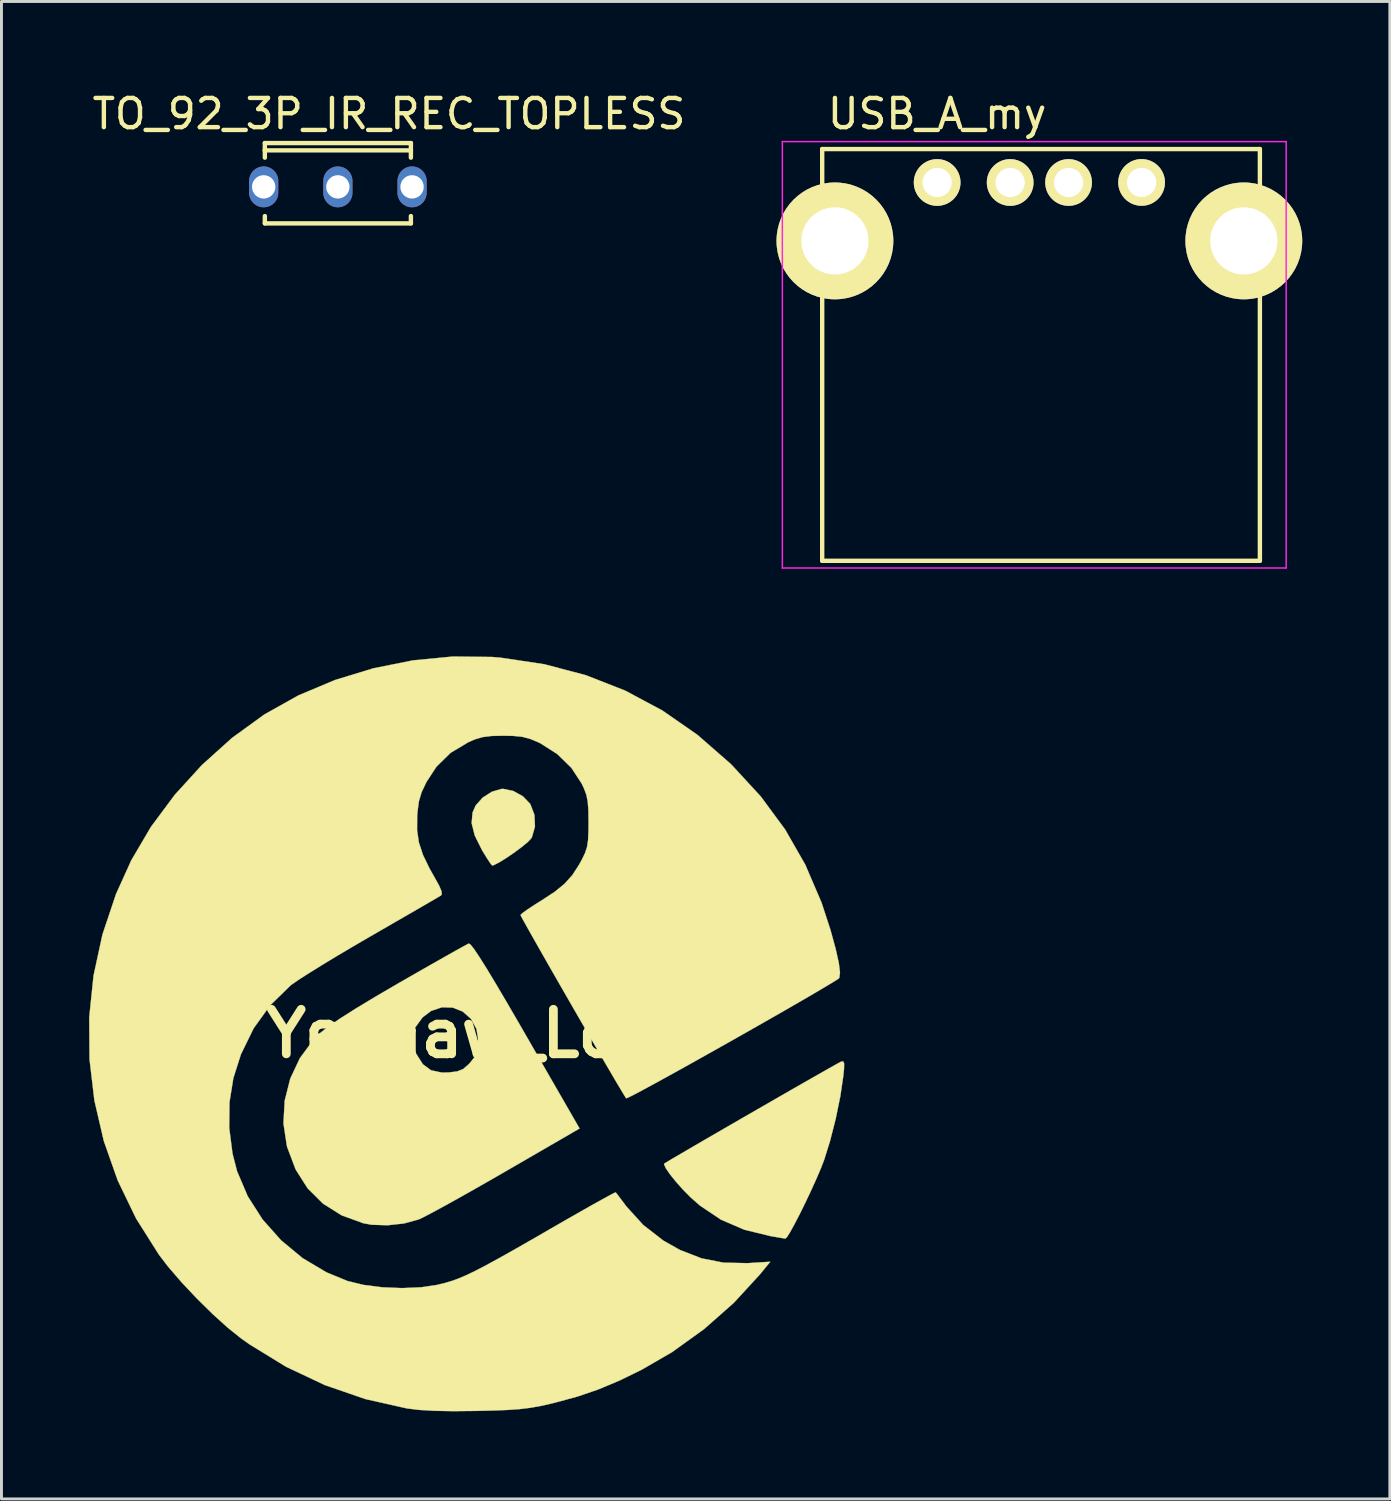
<source format=kicad_pcb>
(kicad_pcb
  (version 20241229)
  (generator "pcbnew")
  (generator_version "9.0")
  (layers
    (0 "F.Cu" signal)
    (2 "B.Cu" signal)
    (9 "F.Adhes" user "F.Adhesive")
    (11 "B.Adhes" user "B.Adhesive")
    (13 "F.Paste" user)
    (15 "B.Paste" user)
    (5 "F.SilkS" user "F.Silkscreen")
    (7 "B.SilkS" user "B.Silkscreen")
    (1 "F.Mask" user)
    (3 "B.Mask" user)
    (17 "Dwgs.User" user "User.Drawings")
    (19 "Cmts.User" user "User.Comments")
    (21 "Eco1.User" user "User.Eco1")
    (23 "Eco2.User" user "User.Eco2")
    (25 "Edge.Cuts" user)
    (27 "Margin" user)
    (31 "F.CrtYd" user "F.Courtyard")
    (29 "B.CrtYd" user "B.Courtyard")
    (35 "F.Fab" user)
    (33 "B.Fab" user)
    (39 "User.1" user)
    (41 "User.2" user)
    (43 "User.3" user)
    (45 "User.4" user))
  (footprint "Yeehaw_Logo"
    (layer "F.Cu")
    (at 13.502 32.341)
    (property "Reference" "Yeehaw_Logo" (at 0 0 0) (layer "F.SilkS") (effects (font (size 1.524 1.524) (thickness 0.3))))
    (attr through_hole)
    (fp_poly (pts (xy 1.019 -8.311) (xy 1.353 -8.126) (xy 1.599 -7.869) (xy 1.606 -7.858) (xy 1.746 -7.492) (xy 1.764 -7.093) (xy 1.661 -6.731) (xy 1.638 -6.69) (xy 1.525 -6.568) (xy 1.315 -6.394) (xy 1.051 -6.198) (xy 0.773 -6.009) (xy 0.524 -5.856) (xy 0.346 -5.768) (xy 0.299 -5.757) (xy 0.242 -5.825) (xy 0.124 -6.002) (xy -0.03 -6.253) (xy -0.05 -6.287) (xy -0.297 -6.783) (xy -0.404 -7.206) (xy -0.373 -7.572) (xy -0.263 -7.817) (xy -0.026 -8.083) (xy 0.289 -8.284) (xy 0.614 -8.379) (xy 0.672 -8.382) (xy 1.019 -8.311)) (stroke (width 0.01) (type solid)) (fill yes) (layer "F.SilkS"))
    (fp_poly (pts (xy 12.349 1.018) (xy 12.346 1.195) (xy 12.321 1.448) (xy 12.219 2.142) (xy 12.062 2.909) (xy 11.869 3.668) (xy 11.668 4.313) (xy 11.555 4.607) (xy 11.4 4.968) (xy 11.218 5.37) (xy 11.023 5.782) (xy 10.828 6.178) (xy 10.647 6.527) (xy 10.495 6.802) (xy 10.386 6.974) (xy 10.338 7.017) (xy 10.232 6.999) (xy 10.015 6.962) (xy 9.841 6.933) (xy 8.934 6.713) (xy 8.131 6.367) (xy 7.414 5.886) (xy 7.098 5.609) (xy 6.835 5.343) (xy 6.589 5.067) (xy 6.382 4.809) (xy 6.24 4.601) (xy 6.184 4.472) (xy 6.19 4.45) (xy 6.272 4.398) (xy 6.482 4.272) (xy 6.802 4.085) (xy 7.211 3.846) (xy 7.692 3.567) (xy 8.224 3.258) (xy 8.79 2.931) (xy 9.37 2.597) (xy 9.944 2.266) (xy 10.495 1.949) (xy 11.003 1.658) (xy 11.45 1.404) (xy 11.815 1.196) (xy 12.08 1.047) (xy 12.227 0.967) (xy 12.248 0.957) (xy 12.318 0.949) (xy 12.349 1.018)) (stroke (width 0.01) (type solid)) (fill yes) (layer "F.SilkS"))
    (fp_poly (pts (xy -0.438 -3.045) (xy -0.318 -2.893) (xy -0.137 -2.623) (xy 0.11 -2.23) (xy 0.425 -1.708) (xy 0.812 -1.051) (xy 1.276 -0.253) (xy 1.455 0.058) (xy 3.291 3.246) (xy 0.736 4.726) (xy 0.12 5.08) (xy -0.466 5.413) (xy -1.001 5.714) (xy -1.466 5.97) (xy -1.84 6.172) (xy -2.103 6.307) (xy -2.215 6.359) (xy -2.717 6.497) (xy -3.28 6.559) (xy -3.827 6.542) (xy -4.11 6.491) (xy -4.853 6.221) (xy -5.492 5.82) (xy -6.02 5.294) (xy -6.43 4.65) (xy -6.716 3.893) (xy -6.732 3.836) (xy -6.847 3.069) (xy -6.805 2.295) (xy -6.615 1.541) (xy -6.285 0.838) (xy -5.823 0.212) (xy -5.779 0.168) (xy -2.428 0.168) (xy -2.351 0.572) (xy -2.298 0.696) (xy -2.072 1.049) (xy -1.793 1.254) (xy -1.426 1.332) (xy -1.193 1.328) (xy -0.9 1.292) (xy -0.699 1.213) (xy -0.513 1.054) (xy -0.452 0.988) (xy -0.271 0.76) (xy -0.188 0.545) (xy -0.169 0.268) (xy -0.239 -0.164) (xy -0.429 -0.51) (xy -0.709 -0.757) (xy -1.049 -0.893) (xy -1.42 -0.904) (xy -1.792 -0.779) (xy -2.083 -0.559) (xy -2.339 -0.208) (xy -2.428 0.168) (xy -5.779 0.168) (xy -5.587 -0.025) (xy -5.325 -0.233) (xy -4.918 -0.513) (xy -4.371 -0.86) (xy -3.691 -1.271) (xy -2.884 -1.742) (xy -2.862 -1.754) (xy -2.299 -2.077) (xy -1.779 -2.374) (xy -1.323 -2.632) (xy -0.949 -2.843) (xy -0.676 -2.994) (xy -0.523 -3.076) (xy -0.5 -3.087) (xy -0.438 -3.045)) (stroke (width 0.01) (type solid)) (fill yes) (layer "F.SilkS"))
    (fp_poly (pts (xy 0.292 -12.898) (xy 0.589 -12.873) (xy 2.084 -12.649) (xy 3.505 -12.274) (xy 4.852 -11.746) (xy 6.125 -11.066) (xy 7.326 -10.232) (xy 8.455 -9.246) (xy 8.515 -9.186) (xy 9.5 -8.116) (xy 10.331 -6.988) (xy 11.019 -5.786) (xy 11.575 -4.49) (xy 11.884 -3.545) (xy 12.059 -2.905) (xy 12.167 -2.421) (xy 12.208 -2.089) (xy 12.183 -1.91) (xy 12.16 -1.883) (xy 11.908 -1.727) (xy 11.549 -1.513) (xy 11.101 -1.25) (xy 10.581 -0.949) (xy 10.005 -0.618) (xy 9.391 -0.268) (xy 8.755 0.093) (xy 8.115 0.454) (xy 7.488 0.806) (xy 6.891 1.14) (xy 6.341 1.445) (xy 5.854 1.712) (xy 5.449 1.932) (xy 5.141 2.095) (xy 4.949 2.191) (xy 4.888 2.213) (xy 4.83 2.125) (xy 4.7 1.909) (xy 4.507 1.585) (xy 4.265 1.171) (xy 3.981 0.686) (xy 3.669 0.148) (xy 3.337 -0.425) (xy 2.998 -1.013) (xy 2.661 -1.599) (xy 2.337 -2.163) (xy 2.038 -2.688) (xy 1.773 -3.154) (xy 1.553 -3.543) (xy 1.389 -3.837) (xy 1.292 -4.016) (xy 1.27 -4.065) (xy 1.338 -4.131) (xy 1.52 -4.261) (xy 1.785 -4.435) (xy 1.98 -4.556) (xy 2.437 -4.855) (xy 2.778 -5.133) (xy 3.045 -5.431) (xy 3.278 -5.792) (xy 3.37 -5.96) (xy 3.478 -6.182) (xy 3.545 -6.386) (xy 3.582 -6.623) (xy 3.596 -6.945) (xy 3.598 -7.239) (xy 3.593 -7.65) (xy 3.571 -7.945) (xy 3.524 -8.177) (xy 3.441 -8.4) (xy 3.364 -8.563) (xy 3.013 -9.099) (xy 2.533 -9.569) (xy 1.959 -9.937) (xy 1.877 -9.977) (xy 1.592 -10.096) (xy 1.325 -10.165) (xy 1.011 -10.196) (xy 0.677 -10.202) (xy 0.275 -10.193) (xy -0.026 -10.155) (xy -0.291 -10.077) (xy -0.518 -9.979) (xy -1.125 -9.615) (xy -1.609 -9.14) (xy -1.95 -8.619) (xy -2.115 -8.273) (xy -2.21 -7.957) (xy -2.259 -7.586) (xy -2.269 -7.442) (xy -2.272 -6.969) (xy -2.21 -6.546) (xy -2.071 -6.121) (xy -1.839 -5.644) (xy -1.69 -5.381) (xy -1.517 -5.069) (xy -1.433 -4.87) (xy -1.43 -4.759) (xy -1.458 -4.729) (xy -1.556 -4.671) (xy -1.782 -4.539) (xy -2.117 -4.345) (xy -2.543 -4.098) (xy -3.042 -3.811) (xy -3.593 -3.492) (xy -3.866 -3.335) (xy -4.457 -2.991) (xy -5.021 -2.657) (xy -5.536 -2.345) (xy -5.978 -2.07) (xy -6.326 -1.847) (xy -6.557 -1.687) (xy -6.606 -1.65) (xy -7.301 -0.971) (xy -7.868 -0.184) (xy -8.303 0.707) (xy -8.562 1.519) (xy -8.695 2.346) (xy -8.704 3.227) (xy -8.591 4.106) (xy -8.435 4.71) (xy -8.07 5.567) (xy -7.562 6.362) (xy -6.929 7.074) (xy -6.192 7.685) (xy -5.369 8.174) (xy -4.657 8.467) (xy -4.113 8.6) (xy -3.47 8.683) (xy -2.789 8.711) (xy -2.134 8.683) (xy -1.596 8.603) (xy -1.349 8.544) (xy -1.111 8.475) (xy -0.865 8.387) (xy -0.593 8.272) (xy -0.277 8.12) (xy 0.102 7.923) (xy 0.561 7.672) (xy 1.118 7.358) (xy 1.792 6.972) (xy 2.272 6.694) (xy 2.828 6.374) (xy 3.335 6.085) (xy 3.775 5.836) (xy 4.13 5.639) (xy 4.382 5.502) (xy 4.514 5.437) (xy 4.528 5.433) (xy 4.589 5.51) (xy 4.722 5.685) (xy 4.898 5.919) (xy 5.47 6.549) (xy 6.162 7.086) (xy 6.731 7.406) (xy 7.466 7.692) (xy 8.215 7.839) (xy 9.029 7.857) (xy 9.105 7.853) (xy 9.821 7.808) (xy 9.465 8.243) (xy 8.574 9.213) (xy 7.559 10.11) (xy 6.459 10.902) (xy 5.423 11.502) (xy 4.647 11.881) (xy 3.935 12.179) (xy 3.222 12.423) (xy 2.438 12.636) (xy 2.286 12.673) (xy 1.931 12.752) (xy 1.598 12.81) (xy 1.248 12.853) (xy 0.843 12.882) (xy 0.343 12.902) (xy -0.254 12.916) (xy -1.043 12.924) (xy -1.686 12.912) (xy -2.207 12.881) (xy -2.625 12.829) (xy -4.042 12.51) (xy -5.428 12.032) (xy -6.76 11.403) (xy -8.015 10.633) (xy -8.297 10.433) (xy -8.76 10.062) (xy -9.279 9.592) (xy -9.817 9.062) (xy -10.334 8.513) (xy -10.791 7.983) (xy -11.108 7.57) (xy -11.892 6.329) (xy -12.522 5.025) (xy -12.999 3.672) (xy -13.321 2.282) (xy -13.488 0.868) (xy -13.497 -0.558) (xy -13.35 -1.984) (xy -13.044 -3.396) (xy -12.579 -4.783) (xy -12.056 -5.938) (xy -11.384 -7.081) (xy -10.568 -8.179) (xy -9.634 -9.203) (xy -8.607 -10.127) (xy -7.511 -10.922) (xy -7.485 -10.939) (xy -6.333 -11.583) (xy -5.082 -12.109) (xy -3.764 -12.511) (xy -2.409 -12.782) (xy -1.046 -12.913) (xy 0.292 -12.898)) (stroke (width 0.01) (type solid)) (fill yes) (layer "F.SilkS")))
  (footprint "USB_A_my"
    (layer "F.Cu")
    (at 29.036 3.198)
    (property "Reference" "USB_A_my" (at 0 -2.35 0) (layer "F.SilkS") (effects (font (size 1 1) (thickness 0.15))))
    (attr through_hole)
    (fp_line (start -3.936 12.952) (end -3.936 -1.145) (stroke (width 0.15) (type solid)) (layer "F.SilkS"))
    (fp_line (start 11.05 -1.145) (end -3.936 -1.145) (stroke (width 0.15) (type solid)) (layer "F.SilkS"))
    (fp_line (start 11.05 -1.145) (end 11.05 12.952) (stroke (width 0.15) (type solid)) (layer "F.SilkS"))
    (fp_line (start 11.05 12.952) (end -3.936 12.952) (stroke (width 0.15) (type solid)) (layer "F.SilkS"))
    (fp_line (start -5.3 -1.4) (end 11.95 -1.4) (stroke (width 0.05) (type solid)) (layer "F.CrtYd"))
    (fp_line (start -5.3 13.2) (end -5.3 -1.4) (stroke (width 0.05) (type solid)) (layer "F.CrtYd"))
    (fp_line (start -5.3 13.2) (end 11.95 13.2) (stroke (width 0.05) (type solid)) (layer "F.CrtYd"))
    (fp_line (start 11.95 -1.4) (end 11.95 13.2) (stroke (width 0.05) (type solid)) (layer "F.CrtYd"))
    (pad "1" thru_hole circle (at 0 0 270) (size 1.6 1.6) (drill 1) (layers "*.Cu" "*.Mask" "F.SilkS"))
    (pad "2" thru_hole circle (at 2.5 0 270) (size 1.6 1.6) (drill 1) (layers "*.Cu" "*.Mask" "F.SilkS"))
    (pad "3" thru_hole circle (at 4.5 0 270) (size 1.6 1.6) (drill 1) (layers "*.Cu" "*.Mask" "F.SilkS"))
    (pad "4" thru_hole circle (at 7 -0.002 270) (size 1.6 1.6) (drill 1) (layers "*.Cu" "*.Mask" "F.SilkS"))
    (pad "5" thru_hole circle (at -3.5 2 270) (size 4 4) (drill 2.3) (layers "*.Cu" "*.Mask" "F.SilkS"))
    (pad "5" thru_hole circle (at 10.5 2 270) (size 4 4) (drill 2.3) (layers "*.Cu" "*.Mask" "F.SilkS")))
  (footprint "TO_92_3P_IR_REC_TOPLESS"
    (layer "F.Cu")
    (at 8.518 3.348)
    (property "Reference" "TO_92_3P_IR_REC_TOPLESS" (at 1.75 -2.5 180) (layer "F.SilkS") (effects (font (size 1 1) (thickness 0.15))))
    (attr through_hole)
    (fp_line (start -2.5 -1.5) (end -2.5 -1.25) (stroke (width 0.15) (type solid)) (layer "F.SilkS"))
    (fp_line (start -2.5 -1.5) (end 2.5 -1.5) (stroke (width 0.15) (type solid)) (layer "F.SilkS"))
    (fp_line (start -2.5 -1.25) (end -2.5 -1) (stroke (width 0.15) (type solid)) (layer "F.SilkS"))
    (fp_line (start -2.5 -1.25) (end 2.5 -1.25) (stroke (width 0.15) (type solid)) (layer "F.SilkS"))
    (fp_line (start -2.5 1.25) (end -2.5 1) (stroke (width 0.15) (type solid)) (layer "F.SilkS"))
    (fp_line (start -2.5 1.25) (end 2.5 1.25) (stroke (width 0.15) (type solid)) (layer "F.SilkS"))
    (fp_line (start 2.5 -1.5) (end 2.5 -1.25) (stroke (width 0.15) (type solid)) (layer "F.SilkS"))
    (fp_line (start 2.5 -1.25) (end 2.5 -1) (stroke (width 0.15) (type solid)) (layer "F.SilkS"))
    (fp_line (start 2.5 1.25) (end 2.5 1) (stroke (width 0.15) (type solid)) (layer "F.SilkS"))
    (pad "1" thru_hole oval (at -2.54 0 90) (size 1.4 1) (drill 0.8) (layers "*.Cu" "*.Mask"))
    (pad "2" thru_hole oval (at 0 0 90) (size 1.4 1) (drill 0.8) (layers "*.Mask" "B.Cu"))
    (pad "3" thru_hole oval (at 2.54 0 90) (size 1.4 1) (drill 0.8) (layers "*.Cu" "*.Mask")))
  (gr_rect
    (start -3 -3)
    (end 44.536 48.27)
    (stroke (width 0.1) (type default))
    (fill no)
    (layer "Edge.Cuts")))
</source>
